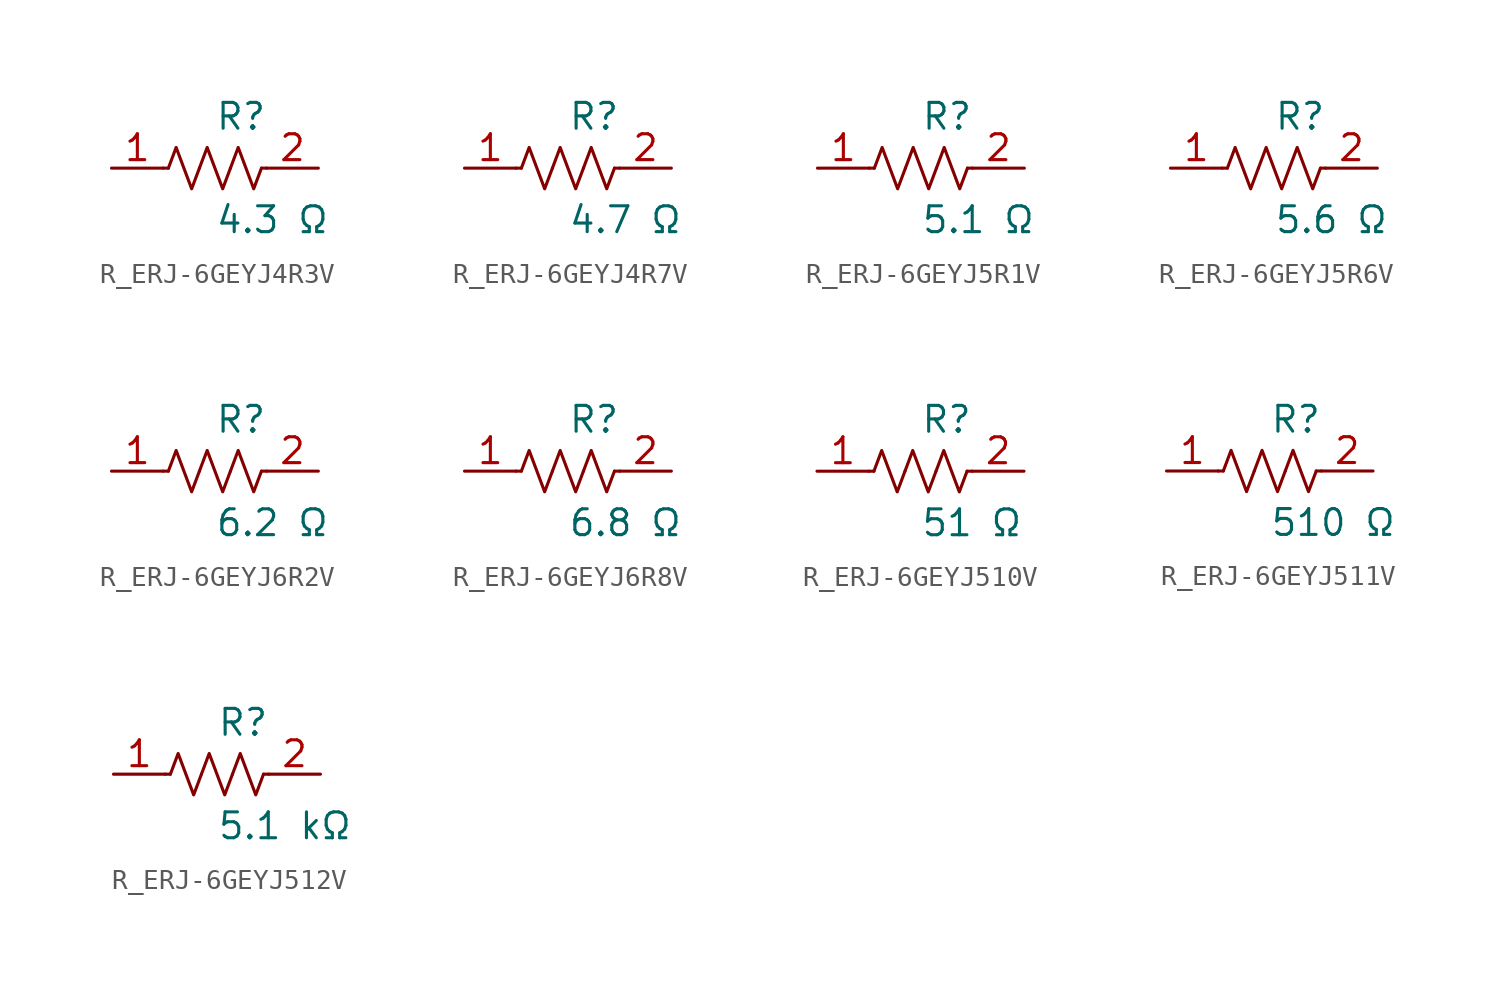
<source format=kicad_sym>
(kicad_symbol_lib
  (version 20231120)
  (generator kicad_symbol_editor)
  (generator_version 8.0)
  (symbol "R_ERJ-6GEYJ4R3V"
    (pin_names
      (offset 0.254))
    (property "Reference" "R"
      (at 0.0 2.54 0)
      (effects (font (size 1.27 1.27)) (justify left)))
    (property "Value" "4.3 Ω"
      (at 0.0 -2.54 0)
      (effects (font (size 1.27 1.27)) (justify left)))
    (symbol "R_ERJ-6GEYJ4R3V_0_1"
      (polyline (pts (xy 2.286 0) (xy 2.54 0)) (stroke (width 0) (type default)) (fill (type none)))
      (polyline (pts (xy -2.286 0) (xy -2.54 0)) (stroke (width 0) (type default)) (fill (type none)))
      (polyline (pts (xy 0.762 0) (xy 1.143 1.016) (xy 1.524 0) (xy 1.905 -1.016) (xy 2.286 0)) (stroke (width 0) (type default)) (fill (type none)))
      (polyline (pts (xy -0.762 0) (xy -0.381 1.016) (xy 0 0) (xy 0.381 -1.016) (xy 0.762 0)) (stroke (width 0) (type default)) (fill (type none)))
      (polyline (pts (xy -2.286 0) (xy -1.905 1.016) (xy -1.524 0) (xy -1.143 -1.016) (xy -0.762 0)) (stroke (width 0) (type default)) (fill (type none))))
    (pin unspecified line
      (at -5.08 0 0)
      (length 2.54)
      (name "" (effects (font (size 1.27 1.27))))
      (number "1" (effects (font (size 1.27 1.27)))))
    (pin unspecified line
      (at 5.08 0 180)
      (length 2.54)
      (name "" (effects (font (size 1.27 1.27))))
      (number "2" (effects (font (size 1.27 1.27))))))
  (symbol "R_ERJ-6GEYJ4R7V"
    (pin_names
      (offset 0.254))
    (property "Reference" "R"
      (at 0.0 2.54 0)
      (effects (font (size 1.27 1.27)) (justify left)))
    (property "Value" "4.7 Ω"
      (at 0.0 -2.54 0)
      (effects (font (size 1.27 1.27)) (justify left)))
    (symbol "R_ERJ-6GEYJ4R7V_0_1"
      (polyline (pts (xy 2.286 0) (xy 2.54 0)) (stroke (width 0) (type default)) (fill (type none)))
      (polyline (pts (xy -2.286 0) (xy -2.54 0)) (stroke (width 0) (type default)) (fill (type none)))
      (polyline (pts (xy 0.762 0) (xy 1.143 1.016) (xy 1.524 0) (xy 1.905 -1.016) (xy 2.286 0)) (stroke (width 0) (type default)) (fill (type none)))
      (polyline (pts (xy -0.762 0) (xy -0.381 1.016) (xy 0 0) (xy 0.381 -1.016) (xy 0.762 0)) (stroke (width 0) (type default)) (fill (type none)))
      (polyline (pts (xy -2.286 0) (xy -1.905 1.016) (xy -1.524 0) (xy -1.143 -1.016) (xy -0.762 0)) (stroke (width 0) (type default)) (fill (type none))))
    (pin unspecified line
      (at -5.08 0 0)
      (length 2.54)
      (name "" (effects (font (size 1.27 1.27))))
      (number "1" (effects (font (size 1.27 1.27)))))
    (pin unspecified line
      (at 5.08 0 180)
      (length 2.54)
      (name "" (effects (font (size 1.27 1.27))))
      (number "2" (effects (font (size 1.27 1.27))))))
  (symbol "R_ERJ-6GEYJ5R1V"
    (pin_names
      (offset 0.254))
    (property "Reference" "R"
      (at 0.0 2.54 0)
      (effects (font (size 1.27 1.27)) (justify left)))
    (property "Value" "5.1 Ω"
      (at 0.0 -2.54 0)
      (effects (font (size 1.27 1.27)) (justify left)))
    (symbol "R_ERJ-6GEYJ5R1V_0_1"
      (polyline (pts (xy 2.286 0) (xy 2.54 0)) (stroke (width 0) (type default)) (fill (type none)))
      (polyline (pts (xy -2.286 0) (xy -2.54 0)) (stroke (width 0) (type default)) (fill (type none)))
      (polyline (pts (xy 0.762 0) (xy 1.143 1.016) (xy 1.524 0) (xy 1.905 -1.016) (xy 2.286 0)) (stroke (width 0) (type default)) (fill (type none)))
      (polyline (pts (xy -0.762 0) (xy -0.381 1.016) (xy 0 0) (xy 0.381 -1.016) (xy 0.762 0)) (stroke (width 0) (type default)) (fill (type none)))
      (polyline (pts (xy -2.286 0) (xy -1.905 1.016) (xy -1.524 0) (xy -1.143 -1.016) (xy -0.762 0)) (stroke (width 0) (type default)) (fill (type none))))
    (pin unspecified line
      (at -5.08 0 0)
      (length 2.54)
      (name "" (effects (font (size 1.27 1.27))))
      (number "1" (effects (font (size 1.27 1.27)))))
    (pin unspecified line
      (at 5.08 0 180)
      (length 2.54)
      (name "" (effects (font (size 1.27 1.27))))
      (number "2" (effects (font (size 1.27 1.27))))))
  (symbol "R_ERJ-6GEYJ5R6V"
    (pin_names
      (offset 0.254))
    (property "Reference" "R"
      (at 0.0 2.54 0)
      (effects (font (size 1.27 1.27)) (justify left)))
    (property "Value" "5.6 Ω"
      (at 0.0 -2.54 0)
      (effects (font (size 1.27 1.27)) (justify left)))
    (symbol "R_ERJ-6GEYJ5R6V_0_1"
      (polyline (pts (xy 2.286 0) (xy 2.54 0)) (stroke (width 0) (type default)) (fill (type none)))
      (polyline (pts (xy -2.286 0) (xy -2.54 0)) (stroke (width 0) (type default)) (fill (type none)))
      (polyline (pts (xy 0.762 0) (xy 1.143 1.016) (xy 1.524 0) (xy 1.905 -1.016) (xy 2.286 0)) (stroke (width 0) (type default)) (fill (type none)))
      (polyline (pts (xy -0.762 0) (xy -0.381 1.016) (xy 0 0) (xy 0.381 -1.016) (xy 0.762 0)) (stroke (width 0) (type default)) (fill (type none)))
      (polyline (pts (xy -2.286 0) (xy -1.905 1.016) (xy -1.524 0) (xy -1.143 -1.016) (xy -0.762 0)) (stroke (width 0) (type default)) (fill (type none))))
    (pin unspecified line
      (at -5.08 0 0)
      (length 2.54)
      (name "" (effects (font (size 1.27 1.27))))
      (number "1" (effects (font (size 1.27 1.27)))))
    (pin unspecified line
      (at 5.08 0 180)
      (length 2.54)
      (name "" (effects (font (size 1.27 1.27))))
      (number "2" (effects (font (size 1.27 1.27))))))
  (symbol "R_ERJ-6GEYJ6R2V"
    (pin_names
      (offset 0.254))
    (property "Reference" "R"
      (at 0.0 2.54 0)
      (effects (font (size 1.27 1.27)) (justify left)))
    (property "Value" "6.2 Ω"
      (at 0.0 -2.54 0)
      (effects (font (size 1.27 1.27)) (justify left)))
    (symbol "R_ERJ-6GEYJ6R2V_0_1"
      (polyline (pts (xy 2.286 0) (xy 2.54 0)) (stroke (width 0) (type default)) (fill (type none)))
      (polyline (pts (xy -2.286 0) (xy -2.54 0)) (stroke (width 0) (type default)) (fill (type none)))
      (polyline (pts (xy 0.762 0) (xy 1.143 1.016) (xy 1.524 0) (xy 1.905 -1.016) (xy 2.286 0)) (stroke (width 0) (type default)) (fill (type none)))
      (polyline (pts (xy -0.762 0) (xy -0.381 1.016) (xy 0 0) (xy 0.381 -1.016) (xy 0.762 0)) (stroke (width 0) (type default)) (fill (type none)))
      (polyline (pts (xy -2.286 0) (xy -1.905 1.016) (xy -1.524 0) (xy -1.143 -1.016) (xy -0.762 0)) (stroke (width 0) (type default)) (fill (type none))))
    (pin unspecified line
      (at -5.08 0 0)
      (length 2.54)
      (name "" (effects (font (size 1.27 1.27))))
      (number "1" (effects (font (size 1.27 1.27)))))
    (pin unspecified line
      (at 5.08 0 180)
      (length 2.54)
      (name "" (effects (font (size 1.27 1.27))))
      (number "2" (effects (font (size 1.27 1.27))))))
  (symbol "R_ERJ-6GEYJ6R8V"
    (pin_names
      (offset 0.254))
    (property "Reference" "R"
      (at 0.0 2.54 0)
      (effects (font (size 1.27 1.27)) (justify left)))
    (property "Value" "6.8 Ω"
      (at 0.0 -2.54 0)
      (effects (font (size 1.27 1.27)) (justify left)))
    (symbol "R_ERJ-6GEYJ6R8V_0_1"
      (polyline (pts (xy 2.286 0) (xy 2.54 0)) (stroke (width 0) (type default)) (fill (type none)))
      (polyline (pts (xy -2.286 0) (xy -2.54 0)) (stroke (width 0) (type default)) (fill (type none)))
      (polyline (pts (xy 0.762 0) (xy 1.143 1.016) (xy 1.524 0) (xy 1.905 -1.016) (xy 2.286 0)) (stroke (width 0) (type default)) (fill (type none)))
      (polyline (pts (xy -0.762 0) (xy -0.381 1.016) (xy 0 0) (xy 0.381 -1.016) (xy 0.762 0)) (stroke (width 0) (type default)) (fill (type none)))
      (polyline (pts (xy -2.286 0) (xy -1.905 1.016) (xy -1.524 0) (xy -1.143 -1.016) (xy -0.762 0)) (stroke (width 0) (type default)) (fill (type none))))
    (pin unspecified line
      (at -5.08 0 0)
      (length 2.54)
      (name "" (effects (font (size 1.27 1.27))))
      (number "1" (effects (font (size 1.27 1.27)))))
    (pin unspecified line
      (at 5.08 0 180)
      (length 2.54)
      (name "" (effects (font (size 1.27 1.27))))
      (number "2" (effects (font (size 1.27 1.27))))))
  (symbol "R_ERJ-6GEYJ510V"
    (pin_names
      (offset 0.254))
    (property "Reference" "R"
      (at 0.0 2.54 0)
      (effects (font (size 1.27 1.27)) (justify left)))
    (property "Value" "51 Ω"
      (at 0.0 -2.54 0)
      (effects (font (size 1.27 1.27)) (justify left)))
    (symbol "R_ERJ-6GEYJ510V_0_1"
      (polyline (pts (xy 2.286 0) (xy 2.54 0)) (stroke (width 0) (type default)) (fill (type none)))
      (polyline (pts (xy -2.286 0) (xy -2.54 0)) (stroke (width 0) (type default)) (fill (type none)))
      (polyline (pts (xy 0.762 0) (xy 1.143 1.016) (xy 1.524 0) (xy 1.905 -1.016) (xy 2.286 0)) (stroke (width 0) (type default)) (fill (type none)))
      (polyline (pts (xy -0.762 0) (xy -0.381 1.016) (xy 0 0) (xy 0.381 -1.016) (xy 0.762 0)) (stroke (width 0) (type default)) (fill (type none)))
      (polyline (pts (xy -2.286 0) (xy -1.905 1.016) (xy -1.524 0) (xy -1.143 -1.016) (xy -0.762 0)) (stroke (width 0) (type default)) (fill (type none))))
    (pin unspecified line
      (at -5.08 0 0)
      (length 2.54)
      (name "" (effects (font (size 1.27 1.27))))
      (number "1" (effects (font (size 1.27 1.27)))))
    (pin unspecified line
      (at 5.08 0 180)
      (length 2.54)
      (name "" (effects (font (size 1.27 1.27))))
      (number "2" (effects (font (size 1.27 1.27))))))
  (symbol "R_ERJ-6GEYJ511V"
    (pin_names
      (offset 0.254))
    (property "Reference" "R"
      (at 0.0 2.54 0)
      (effects (font (size 1.27 1.27)) (justify left)))
    (property "Value" "510 Ω"
      (at 0.0 -2.54 0)
      (effects (font (size 1.27 1.27)) (justify left)))
    (symbol "R_ERJ-6GEYJ511V_0_1"
      (polyline (pts (xy 2.286 0) (xy 2.54 0)) (stroke (width 0) (type default)) (fill (type none)))
      (polyline (pts (xy -2.286 0) (xy -2.54 0)) (stroke (width 0) (type default)) (fill (type none)))
      (polyline (pts (xy 0.762 0) (xy 1.143 1.016) (xy 1.524 0) (xy 1.905 -1.016) (xy 2.286 0)) (stroke (width 0) (type default)) (fill (type none)))
      (polyline (pts (xy -0.762 0) (xy -0.381 1.016) (xy 0 0) (xy 0.381 -1.016) (xy 0.762 0)) (stroke (width 0) (type default)) (fill (type none)))
      (polyline (pts (xy -2.286 0) (xy -1.905 1.016) (xy -1.524 0) (xy -1.143 -1.016) (xy -0.762 0)) (stroke (width 0) (type default)) (fill (type none))))
    (pin unspecified line
      (at -5.08 0 0)
      (length 2.54)
      (name "" (effects (font (size 1.27 1.27))))
      (number "1" (effects (font (size 1.27 1.27)))))
    (pin unspecified line
      (at 5.08 0 180)
      (length 2.54)
      (name "" (effects (font (size 1.27 1.27))))
      (number "2" (effects (font (size 1.27 1.27))))))
  (symbol "R_ERJ-6GEYJ512V"
    (pin_names
      (offset 0.254))
    (property "Reference" "R"
      (at 0.0 2.54 0)
      (effects (font (size 1.27 1.27)) (justify left)))
    (property "Value" "5.1 kΩ"
      (at 0.0 -2.54 0)
      (effects (font (size 1.27 1.27)) (justify left)))
    (symbol "R_ERJ-6GEYJ512V_0_1"
      (polyline (pts (xy 2.286 0) (xy 2.54 0)) (stroke (width 0) (type default)) (fill (type none)))
      (polyline (pts (xy -2.286 0) (xy -2.54 0)) (stroke (width 0) (type default)) (fill (type none)))
      (polyline (pts (xy 0.762 0) (xy 1.143 1.016) (xy 1.524 0) (xy 1.905 -1.016) (xy 2.286 0)) (stroke (width 0) (type default)) (fill (type none)))
      (polyline (pts (xy -0.762 0) (xy -0.381 1.016) (xy 0 0) (xy 0.381 -1.016) (xy 0.762 0)) (stroke (width 0) (type default)) (fill (type none)))
      (polyline (pts (xy -2.286 0) (xy -1.905 1.016) (xy -1.524 0) (xy -1.143 -1.016) (xy -0.762 0)) (stroke (width 0) (type default)) (fill (type none))))
    (pin unspecified line
      (at -5.08 0 0)
      (length 2.54)
      (name "" (effects (font (size 1.27 1.27))))
      (number "1" (effects (font (size 1.27 1.27)))))
    (pin unspecified line
      (at 5.08 0 180)
      (length 2.54)
      (name "" (effects (font (size 1.27 1.27))))
      (number "2" (effects (font (size 1.27 1.27)))))))
</source>
